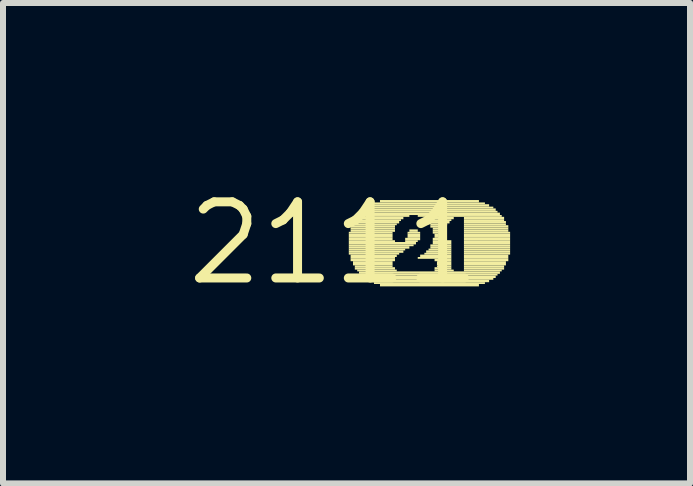
<source format=kicad_pcb>
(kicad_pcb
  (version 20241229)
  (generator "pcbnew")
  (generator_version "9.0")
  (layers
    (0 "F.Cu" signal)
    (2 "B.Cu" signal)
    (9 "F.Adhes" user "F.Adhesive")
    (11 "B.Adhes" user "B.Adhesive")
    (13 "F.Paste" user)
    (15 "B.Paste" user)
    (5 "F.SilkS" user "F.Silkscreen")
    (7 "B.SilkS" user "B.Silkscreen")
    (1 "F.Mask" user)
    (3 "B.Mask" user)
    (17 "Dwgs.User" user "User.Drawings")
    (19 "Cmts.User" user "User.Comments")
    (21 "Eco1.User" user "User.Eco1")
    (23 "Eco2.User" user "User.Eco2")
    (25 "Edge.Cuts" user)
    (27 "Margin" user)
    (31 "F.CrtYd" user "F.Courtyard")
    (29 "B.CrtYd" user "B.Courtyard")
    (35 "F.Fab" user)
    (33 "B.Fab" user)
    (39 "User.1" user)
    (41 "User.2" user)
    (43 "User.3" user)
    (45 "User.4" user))
  (footprint "2111"
    (layer "F.Cu")
    (at 2.517 1.006)
    (property "Reference" "2111" (at 0 0 0) (layer "F.SilkS") (effects (font (size 1.27 1.27) (thickness 0.15))))
    (fp_poly (pts (xy 0.25 -0.16) (xy 0.98 -0.16) (xy 0.98 -0.19) (xy 0.25 -0.19)) (stroke (width 0) (type default)) (fill yes) (layer "F.SilkS"))
    (fp_poly (pts (xy 0.25 -0.12) (xy 0.98 -0.12) (xy 0.98 -0.16) (xy 0.25 -0.16)) (stroke (width 0) (type default)) (fill yes) (layer "F.SilkS"))
    (fp_poly (pts (xy 0.25 -0.09) (xy 0.98 -0.09) (xy 0.98 -0.12) (xy 0.25 -0.12)) (stroke (width 0) (type default)) (fill yes) (layer "F.SilkS"))
    (fp_poly (pts (xy 0.25 -0.05) (xy 0.98 -0.05) (xy 0.98 -0.09) (xy 0.25 -0.09)) (stroke (width 0) (type default)) (fill yes) (layer "F.SilkS"))
    (fp_poly (pts (xy 0.25 -0.02) (xy 1.02 -0.02) (xy 1.02 -0.05) (xy 0.25 -0.05)) (stroke (width 0) (type default)) (fill yes) (layer "F.SilkS"))
    (fp_poly (pts (xy 0.25 0.02) (xy 1.37 0.02) (xy 1.37 -0.02) (xy 0.25 -0.02)) (stroke (width 0) (type default)) (fill yes) (layer "F.SilkS"))
    (fp_poly (pts (xy 0.25 0.05) (xy 1.33 0.05) (xy 1.33 0.02) (xy 0.25 0.02)) (stroke (width 0) (type default)) (fill yes) (layer "F.SilkS"))
    (fp_poly (pts (xy 0.25 0.09) (xy 1.26 0.09) (xy 1.26 0.05) (xy 0.25 0.05)) (stroke (width 0) (type default)) (fill yes) (layer "F.SilkS"))
    (fp_poly (pts (xy 0.25 0.12) (xy 1.19 0.12) (xy 1.19 0.09) (xy 0.25 0.09)) (stroke (width 0) (type default)) (fill yes) (layer "F.SilkS"))
    (fp_poly (pts (xy 0.25 0.16) (xy 1.16 0.16) (xy 1.16 0.12) (xy 0.25 0.12)) (stroke (width 0) (type default)) (fill yes) (layer "F.SilkS"))
    (fp_poly (pts (xy 0.25 0.19) (xy 1.09 0.19) (xy 1.09 0.16) (xy 0.25 0.16)) (stroke (width 0) (type default)) (fill yes) (layer "F.SilkS"))
    (fp_poly (pts (xy 0.28 -0.26) (xy 1.02 -0.26) (xy 1.02 -0.3) (xy 0.28 -0.3)) (stroke (width 0) (type default)) (fill yes) (layer "F.SilkS"))
    (fp_poly (pts (xy 0.28 -0.23) (xy 1.02 -0.23) (xy 1.02 -0.26) (xy 0.28 -0.26)) (stroke (width 0) (type default)) (fill yes) (layer "F.SilkS"))
    (fp_poly (pts (xy 0.28 -0.19) (xy 1.02 -0.19) (xy 1.02 -0.23) (xy 0.28 -0.23)) (stroke (width 0) (type default)) (fill yes) (layer "F.SilkS"))
    (fp_poly (pts (xy 0.28 0.23) (xy 1.05 0.23) (xy 1.05 0.19) (xy 0.28 0.19)) (stroke (width 0) (type default)) (fill yes) (layer "F.SilkS"))
    (fp_poly (pts (xy 0.28 0.26) (xy 1.02 0.26) (xy 1.02 0.23) (xy 0.28 0.23)) (stroke (width 0) (type default)) (fill yes) (layer "F.SilkS"))
    (fp_poly (pts (xy 0.28 0.3) (xy 1.02 0.3) (xy 1.02 0.26) (xy 0.28 0.26)) (stroke (width 0) (type default)) (fill yes) (layer "F.SilkS"))
    (fp_poly (pts (xy 0.32 -0.33) (xy 1.09 -0.33) (xy 1.09 -0.37) (xy 0.32 -0.37)) (stroke (width 0) (type default)) (fill yes) (layer "F.SilkS"))
    (fp_poly (pts (xy 0.32 -0.3) (xy 1.05 -0.3) (xy 1.05 -0.33) (xy 0.32 -0.33)) (stroke (width 0) (type default)) (fill yes) (layer "F.SilkS"))
    (fp_poly (pts (xy 0.32 0.33) (xy 0.98 0.33) (xy 0.98 0.3) (xy 0.32 0.3)) (stroke (width 0) (type default)) (fill yes) (layer "F.SilkS"))
    (fp_poly (pts (xy 0.32 0.37) (xy 0.98 0.37) (xy 0.98 0.33) (xy 0.32 0.33)) (stroke (width 0) (type default)) (fill yes) (layer "F.SilkS"))
    (fp_poly (pts (xy 0.35 -0.4) (xy 1.16 -0.4) (xy 1.16 -0.44) (xy 0.35 -0.44)) (stroke (width 0) (type default)) (fill yes) (layer "F.SilkS"))
    (fp_poly (pts (xy 0.35 -0.37) (xy 1.12 -0.37) (xy 1.12 -0.4) (xy 0.35 -0.4)) (stroke (width 0) (type default)) (fill yes) (layer "F.SilkS"))
    (fp_poly (pts (xy 0.35 0.4) (xy 0.98 0.4) (xy 0.98 0.37) (xy 0.35 0.37)) (stroke (width 0) (type default)) (fill yes) (layer "F.SilkS"))
    (fp_poly (pts (xy 0.35 0.44) (xy 1.02 0.44) (xy 1.02 0.4) (xy 0.35 0.4)) (stroke (width 0) (type default)) (fill yes) (layer "F.SilkS"))
    (fp_poly (pts (xy 0.39 -0.44) (xy 1.26 -0.44) (xy 1.26 -0.47) (xy 0.39 -0.47)) (stroke (width 0) (type default)) (fill yes) (layer "F.SilkS"))
    (fp_poly (pts (xy 0.39 0.47) (xy 1.05 0.47) (xy 1.05 0.44) (xy 0.39 0.44)) (stroke (width 0) (type default)) (fill yes) (layer "F.SilkS"))
    (fp_poly (pts (xy 0.42 -0.47) (xy 2.77 -0.47) (xy 2.77 -0.51) (xy 0.42 -0.51)) (stroke (width 0) (type default)) (fill yes) (layer "F.SilkS"))
    (fp_poly (pts (xy 0.42 0.51) (xy 2.77 0.51) (xy 2.77 0.47) (xy 0.42 0.47)) (stroke (width 0) (type default)) (fill yes) (layer "F.SilkS"))
    (fp_poly (pts (xy 0.46 -0.51) (xy 2.73 -0.51) (xy 2.73 -0.54) (xy 0.46 -0.54)) (stroke (width 0) (type default)) (fill yes) (layer "F.SilkS"))
    (fp_poly (pts (xy 0.46 0.54) (xy 2.73 0.54) (xy 2.73 0.51) (xy 0.46 0.51)) (stroke (width 0) (type default)) (fill yes) (layer "F.SilkS"))
    (fp_poly (pts (xy 0.49 -0.54) (xy 2.7 -0.54) (xy 2.7 -0.58) (xy 0.49 -0.58)) (stroke (width 0) (type default)) (fill yes) (layer "F.SilkS"))
    (fp_poly (pts (xy 0.49 0.58) (xy 2.7 0.58) (xy 2.7 0.54) (xy 0.49 0.54)) (stroke (width 0) (type default)) (fill yes) (layer "F.SilkS"))
    (fp_poly (pts (xy 0.53 -0.58) (xy 2.66 -0.58) (xy 2.66 -0.61) (xy 0.53 -0.61)) (stroke (width 0) (type default)) (fill yes) (layer "F.SilkS"))
    (fp_poly (pts (xy 0.53 0.61) (xy 2.66 0.61) (xy 2.66 0.58) (xy 0.53 0.58)) (stroke (width 0) (type default)) (fill yes) (layer "F.SilkS"))
    (fp_poly (pts (xy 0.6 -0.61) (xy 2.59 -0.61) (xy 2.59 -0.65) (xy 0.6 -0.65)) (stroke (width 0) (type default)) (fill yes) (layer "F.SilkS"))
    (fp_poly (pts (xy 0.6 0.65) (xy 2.59 0.65) (xy 2.59 0.61) (xy 0.6 0.61)) (stroke (width 0) (type default)) (fill yes) (layer "F.SilkS"))
    (fp_poly (pts (xy 0.67 -0.65) (xy 2.52 -0.65) (xy 2.52 -0.68) (xy 0.67 -0.68)) (stroke (width 0) (type default)) (fill yes) (layer "F.SilkS"))
    (fp_poly (pts (xy 0.67 0.68) (xy 2.52 0.68) (xy 2.52 0.65) (xy 0.67 0.65)) (stroke (width 0) (type default)) (fill yes) (layer "F.SilkS"))
    (fp_poly (pts (xy 0.77 -0.68) (xy 2.42 -0.68) (xy 2.42 -0.72) (xy 0.77 -0.72)) (stroke (width 0) (type default)) (fill yes) (layer "F.SilkS"))
    (fp_poly (pts (xy 0.77 0.72) (xy 2.42 0.72) (xy 2.42 0.68) (xy 0.77 0.68)) (stroke (width 0) (type default)) (fill yes) (layer "F.SilkS"))
    (fp_poly (pts (xy 1.19 -0.05) (xy 1.44 -0.05) (xy 1.44 -0.09) (xy 1.19 -0.09)) (stroke (width 0) (type default)) (fill yes) (layer "F.SilkS"))
    (fp_poly (pts (xy 1.19 -0.02) (xy 1.4 -0.02) (xy 1.4 -0.05) (xy 1.19 -0.05)) (stroke (width 0) (type default)) (fill yes) (layer "F.SilkS"))
    (fp_poly (pts (xy 1.23 -0.16) (xy 1.44 -0.16) (xy 1.44 -0.19) (xy 1.23 -0.19)) (stroke (width 0) (type default)) (fill yes) (layer "F.SilkS"))
    (fp_poly (pts (xy 1.23 -0.12) (xy 1.44 -0.12) (xy 1.44 -0.16) (xy 1.23 -0.16)) (stroke (width 0) (type default)) (fill yes) (layer "F.SilkS"))
    (fp_poly (pts (xy 1.23 -0.09) (xy 1.44 -0.09) (xy 1.44 -0.12) (xy 1.23 -0.12)) (stroke (width 0) (type default)) (fill yes) (layer "F.SilkS"))
    (fp_poly (pts (xy 1.26 -0.19) (xy 1.4 -0.19) (xy 1.4 -0.23) (xy 1.26 -0.23)) (stroke (width 0) (type default)) (fill yes) (layer "F.SilkS"))
    (fp_poly (pts (xy 1.4 -0.44) (xy 2.8 -0.44) (xy 2.8 -0.47) (xy 1.4 -0.47)) (stroke (width 0) (type default)) (fill yes) (layer "F.SilkS"))
    (fp_poly (pts (xy 1.4 0.26) (xy 1.96 0.26) (xy 1.96 0.23) (xy 1.4 0.23)) (stroke (width 0) (type default)) (fill yes) (layer "F.SilkS"))
    (fp_poly (pts (xy 1.44 0.23) (xy 1.96 0.23) (xy 1.96 0.19) (xy 1.44 0.19)) (stroke (width 0) (type default)) (fill yes) (layer "F.SilkS"))
    (fp_poly (pts (xy 1.51 -0.4) (xy 2 -0.4) (xy 2 -0.44) (xy 1.51 -0.44)) (stroke (width 0) (type default)) (fill yes) (layer "F.SilkS"))
    (fp_poly (pts (xy 1.51 0.19) (xy 1.96 0.19) (xy 1.96 0.16) (xy 1.51 0.16)) (stroke (width 0) (type default)) (fill yes) (layer "F.SilkS"))
    (fp_poly (pts (xy 1.54 -0.37) (xy 1.96 -0.37) (xy 1.96 -0.4) (xy 1.54 -0.4)) (stroke (width 0) (type default)) (fill yes) (layer "F.SilkS"))
    (fp_poly (pts (xy 1.54 0.16) (xy 1.96 0.16) (xy 1.96 0.12) (xy 1.54 0.12)) (stroke (width 0) (type default)) (fill yes) (layer "F.SilkS"))
    (fp_poly (pts (xy 1.58 -0.33) (xy 1.93 -0.33) (xy 1.93 -0.37) (xy 1.58 -0.37)) (stroke (width 0) (type default)) (fill yes) (layer "F.SilkS"))
    (fp_poly (pts (xy 1.58 0.12) (xy 1.96 0.12) (xy 1.96 0.09) (xy 1.58 0.09)) (stroke (width 0) (type default)) (fill yes) (layer "F.SilkS"))
    (fp_poly (pts (xy 1.61 -0.3) (xy 1.89 -0.3) (xy 1.89 -0.33) (xy 1.61 -0.33)) (stroke (width 0) (type default)) (fill yes) (layer "F.SilkS"))
    (fp_poly (pts (xy 1.61 -0.26) (xy 1.86 -0.26) (xy 1.86 -0.3) (xy 1.61 -0.3)) (stroke (width 0) (type default)) (fill yes) (layer "F.SilkS"))
    (fp_poly (pts (xy 1.61 0.05) (xy 1.96 0.05) (xy 1.96 0.02) (xy 1.61 0.02)) (stroke (width 0) (type default)) (fill yes) (layer "F.SilkS"))
    (fp_poly (pts (xy 1.61 0.09) (xy 1.96 0.09) (xy 1.96 0.05) (xy 1.61 0.05)) (stroke (width 0) (type default)) (fill yes) (layer "F.SilkS"))
    (fp_poly (pts (xy 1.65 -0.23) (xy 1.82 -0.23) (xy 1.82 -0.26) (xy 1.65 -0.26)) (stroke (width 0) (type default)) (fill yes) (layer "F.SilkS"))
    (fp_poly (pts (xy 1.65 -0.19) (xy 1.79 -0.19) (xy 1.79 -0.23) (xy 1.65 -0.23)) (stroke (width 0) (type default)) (fill yes) (layer "F.SilkS"))
    (fp_poly (pts (xy 1.65 -0.16) (xy 1.75 -0.16) (xy 1.75 -0.19) (xy 1.65 -0.19)) (stroke (width 0) (type default)) (fill yes) (layer "F.SilkS"))
    (fp_poly (pts (xy 1.65 -0.05) (xy 1.79 -0.05) (xy 1.79 -0.09) (xy 1.65 -0.09)) (stroke (width 0) (type default)) (fill yes) (layer "F.SilkS"))
    (fp_poly (pts (xy 1.65 -0.02) (xy 1.96 -0.02) (xy 1.96 -0.05) (xy 1.65 -0.05)) (stroke (width 0) (type default)) (fill yes) (layer "F.SilkS"))
    (fp_poly (pts (xy 1.65 0.02) (xy 1.96 0.02) (xy 1.96 -0.02) (xy 1.65 -0.02)) (stroke (width 0) (type default)) (fill yes) (layer "F.SilkS"))
    (fp_poly (pts (xy 1.68 -0.12) (xy 1.75 -0.12) (xy 1.75 -0.16) (xy 1.68 -0.16)) (stroke (width 0) (type default)) (fill yes) (layer "F.SilkS"))
    (fp_poly (pts (xy 1.68 -0.09) (xy 1.75 -0.09) (xy 1.75 -0.12) (xy 1.68 -0.12)) (stroke (width 0) (type default)) (fill yes) (layer "F.SilkS"))
    (fp_poly (pts (xy 1.68 0.3) (xy 1.96 0.3) (xy 1.96 0.26) (xy 1.68 0.26)) (stroke (width 0) (type default)) (fill yes) (layer "F.SilkS"))
    (fp_poly (pts (xy 1.68 0.44) (xy 1.96 0.44) (xy 1.96 0.4) (xy 1.68 0.4)) (stroke (width 0) (type default)) (fill yes) (layer "F.SilkS"))
    (fp_poly (pts (xy 1.68 0.47) (xy 2 0.47) (xy 2 0.44) (xy 1.68 0.44)) (stroke (width 0) (type default)) (fill yes) (layer "F.SilkS"))
    (fp_poly (pts (xy 1.72 0.33) (xy 1.96 0.33) (xy 1.96 0.3) (xy 1.72 0.3)) (stroke (width 0) (type default)) (fill yes) (layer "F.SilkS"))
    (fp_poly (pts (xy 1.72 0.37) (xy 1.96 0.37) (xy 1.96 0.33) (xy 1.72 0.33)) (stroke (width 0) (type default)) (fill yes) (layer "F.SilkS"))
    (fp_poly (pts (xy 1.72 0.4) (xy 1.96 0.4) (xy 1.96 0.37) (xy 1.72 0.37)) (stroke (width 0) (type default)) (fill yes) (layer "F.SilkS"))
    (fp_poly (pts (xy 2.17 -0.4) (xy 2.84 -0.4) (xy 2.84 -0.44) (xy 2.17 -0.44)) (stroke (width 0) (type default)) (fill yes) (layer "F.SilkS"))
    (fp_poly (pts (xy 2.17 -0.37) (xy 2.84 -0.37) (xy 2.84 -0.4) (xy 2.17 -0.4)) (stroke (width 0) (type default)) (fill yes) (layer "F.SilkS"))
    (fp_poly (pts (xy 2.17 -0.33) (xy 2.87 -0.33) (xy 2.87 -0.37) (xy 2.17 -0.37)) (stroke (width 0) (type default)) (fill yes) (layer "F.SilkS"))
    (fp_poly (pts (xy 2.17 -0.3) (xy 2.87 -0.3) (xy 2.87 -0.33) (xy 2.17 -0.33)) (stroke (width 0) (type default)) (fill yes) (layer "F.SilkS"))
    (fp_poly (pts (xy 2.17 -0.26) (xy 2.91 -0.26) (xy 2.91 -0.3) (xy 2.17 -0.3)) (stroke (width 0) (type default)) (fill yes) (layer "F.SilkS"))
    (fp_poly (pts (xy 2.17 -0.23) (xy 2.91 -0.23) (xy 2.91 -0.26) (xy 2.17 -0.26)) (stroke (width 0) (type default)) (fill yes) (layer "F.SilkS"))
    (fp_poly (pts (xy 2.17 -0.19) (xy 2.91 -0.19) (xy 2.91 -0.23) (xy 2.17 -0.23)) (stroke (width 0) (type default)) (fill yes) (layer "F.SilkS"))
    (fp_poly (pts (xy 2.17 -0.16) (xy 2.94 -0.16) (xy 2.94 -0.19) (xy 2.17 -0.19)) (stroke (width 0) (type default)) (fill yes) (layer "F.SilkS"))
    (fp_poly (pts (xy 2.17 -0.12) (xy 2.94 -0.12) (xy 2.94 -0.16) (xy 2.17 -0.16)) (stroke (width 0) (type default)) (fill yes) (layer "F.SilkS"))
    (fp_poly (pts (xy 2.17 -0.09) (xy 2.94 -0.09) (xy 2.94 -0.12) (xy 2.17 -0.12)) (stroke (width 0) (type default)) (fill yes) (layer "F.SilkS"))
    (fp_poly (pts (xy 2.17 -0.05) (xy 2.94 -0.05) (xy 2.94 -0.09) (xy 2.17 -0.09)) (stroke (width 0) (type default)) (fill yes) (layer "F.SilkS"))
    (fp_poly (pts (xy 2.17 -0.02) (xy 2.94 -0.02) (xy 2.94 -0.05) (xy 2.17 -0.05)) (stroke (width 0) (type default)) (fill yes) (layer "F.SilkS"))
    (fp_poly (pts (xy 2.17 0.02) (xy 2.94 0.02) (xy 2.94 -0.02) (xy 2.17 -0.02)) (stroke (width 0) (type default)) (fill yes) (layer "F.SilkS"))
    (fp_poly (pts (xy 2.17 0.05) (xy 2.94 0.05) (xy 2.94 0.02) (xy 2.17 0.02)) (stroke (width 0) (type default)) (fill yes) (layer "F.SilkS"))
    (fp_poly (pts (xy 2.17 0.09) (xy 2.94 0.09) (xy 2.94 0.05) (xy 2.17 0.05)) (stroke (width 0) (type default)) (fill yes) (layer "F.SilkS"))
    (fp_poly (pts (xy 2.17 0.12) (xy 2.94 0.12) (xy 2.94 0.09) (xy 2.17 0.09)) (stroke (width 0) (type default)) (fill yes) (layer "F.SilkS"))
    (fp_poly (pts (xy 2.17 0.16) (xy 2.94 0.16) (xy 2.94 0.12) (xy 2.17 0.12)) (stroke (width 0) (type default)) (fill yes) (layer "F.SilkS"))
    (fp_poly (pts (xy 2.17 0.19) (xy 2.94 0.19) (xy 2.94 0.16) (xy 2.17 0.16)) (stroke (width 0) (type default)) (fill yes) (layer "F.SilkS"))
    (fp_poly (pts (xy 2.17 0.23) (xy 2.91 0.23) (xy 2.91 0.19) (xy 2.17 0.19)) (stroke (width 0) (type default)) (fill yes) (layer "F.SilkS"))
    (fp_poly (pts (xy 2.17 0.26) (xy 2.91 0.26) (xy 2.91 0.23) (xy 2.17 0.23)) (stroke (width 0) (type default)) (fill yes) (layer "F.SilkS"))
    (fp_poly (pts (xy 2.17 0.3) (xy 2.91 0.3) (xy 2.91 0.26) (xy 2.17 0.26)) (stroke (width 0) (type default)) (fill yes) (layer "F.SilkS"))
    (fp_poly (pts (xy 2.17 0.33) (xy 2.87 0.33) (xy 2.87 0.3) (xy 2.17 0.3)) (stroke (width 0) (type default)) (fill yes) (layer "F.SilkS"))
    (fp_poly (pts (xy 2.17 0.37) (xy 2.87 0.37) (xy 2.87 0.33) (xy 2.17 0.33)) (stroke (width 0) (type default)) (fill yes) (layer "F.SilkS"))
    (fp_poly (pts (xy 2.17 0.4) (xy 2.84 0.4) (xy 2.84 0.37) (xy 2.17 0.37)) (stroke (width 0) (type default)) (fill yes) (layer "F.SilkS"))
    (fp_poly (pts (xy 2.17 0.44) (xy 2.84 0.44) (xy 2.84 0.4) (xy 2.17 0.4)) (stroke (width 0) (type default)) (fill yes) (layer "F.SilkS"))
    (fp_poly (pts (xy 2.17 0.47) (xy 2.8 0.47) (xy 2.8 0.44) (xy 2.17 0.44)) (stroke (width 0) (type default)) (fill yes) (layer "F.SilkS")))
  (gr_rect
    (start -3 -3)
    (end 8.457 5.012)
    (stroke (width 0.1) (type default))
    (fill no)
    (layer "Edge.Cuts")))
</source>
